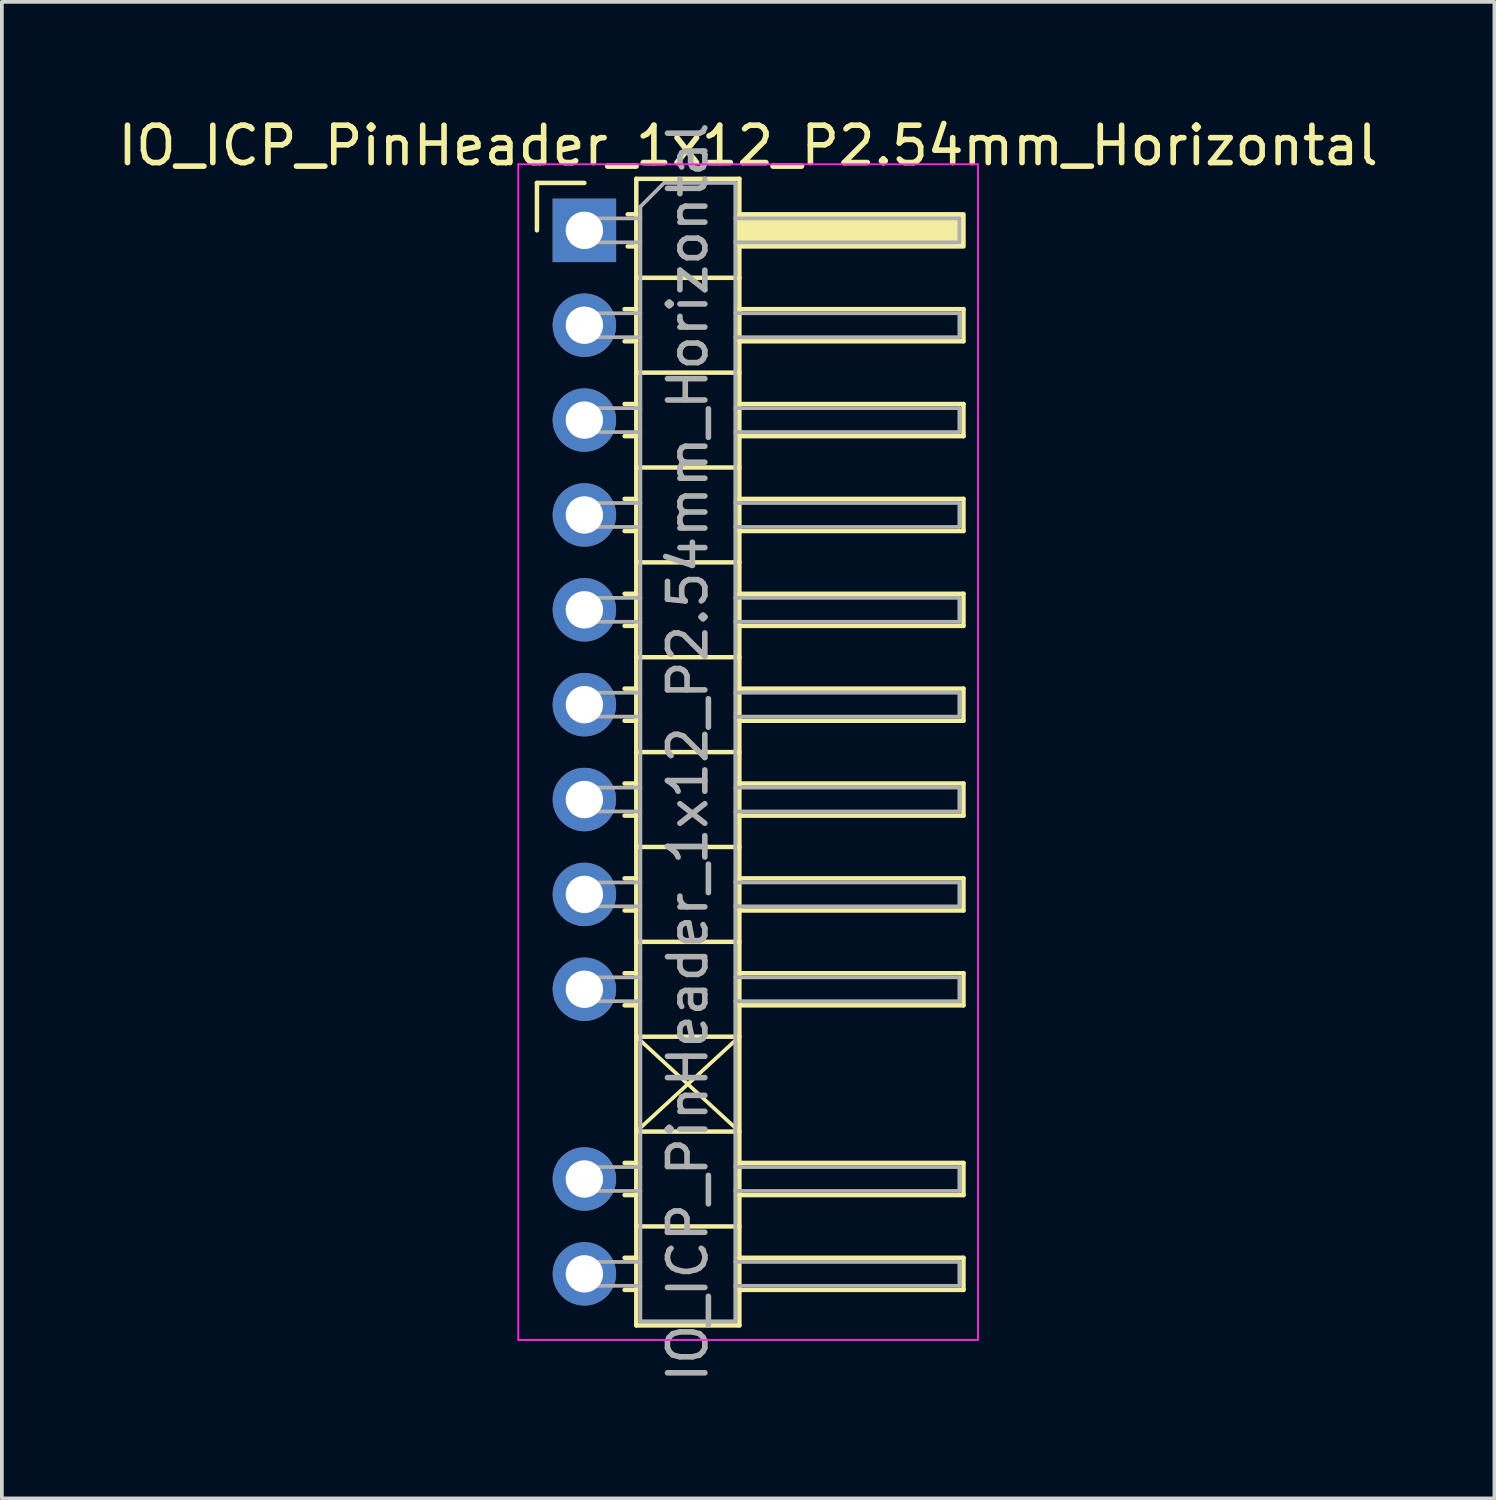
<source format=kicad_pcb>
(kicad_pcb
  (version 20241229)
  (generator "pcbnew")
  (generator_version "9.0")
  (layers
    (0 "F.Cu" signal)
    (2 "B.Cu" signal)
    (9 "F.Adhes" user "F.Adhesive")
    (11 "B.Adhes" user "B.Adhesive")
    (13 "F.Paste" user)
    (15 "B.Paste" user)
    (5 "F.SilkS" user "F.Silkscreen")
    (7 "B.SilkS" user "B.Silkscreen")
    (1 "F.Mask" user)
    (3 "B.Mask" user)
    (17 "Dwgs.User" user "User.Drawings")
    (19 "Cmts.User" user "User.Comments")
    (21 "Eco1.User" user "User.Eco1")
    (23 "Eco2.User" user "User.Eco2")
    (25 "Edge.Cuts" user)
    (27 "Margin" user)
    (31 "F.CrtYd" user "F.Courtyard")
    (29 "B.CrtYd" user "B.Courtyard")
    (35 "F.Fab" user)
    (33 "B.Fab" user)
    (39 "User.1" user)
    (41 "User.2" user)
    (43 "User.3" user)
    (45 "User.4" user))
  (footprint "IO_ICP_PinHeader_1x12_P2.54mm_Horizontal"
    (layer "F.Cu")
    (at 12.597 3.118)
    (property "Reference" "IO_ICP_PinHeader_1x12_P2.54mm_Horizontal" (at 4.385 -2.27 0) (layer "F.SilkS") (effects (font (size 1 1) (thickness 0.15))))
    (attr through_hole)
    (fp_line (start -1.27 -1.27) (end 0 -1.27) (stroke (width 0.12) (type solid)) (layer "F.SilkS"))
    (fp_line (start -1.27 0) (end -1.27 -1.27) (stroke (width 0.12) (type solid)) (layer "F.SilkS"))
    (fp_line (start 1.077 2.11) (end 1.39 2.11) (stroke (width 0.12) (type solid)) (layer "F.SilkS"))
    (fp_line (start 1.077 2.97) (end 1.39 2.97) (stroke (width 0.12) (type solid)) (layer "F.SilkS"))
    (fp_line (start 1.077 4.65) (end 1.39 4.65) (stroke (width 0.12) (type solid)) (layer "F.SilkS"))
    (fp_line (start 1.077 5.51) (end 1.39 5.51) (stroke (width 0.12) (type solid)) (layer "F.SilkS"))
    (fp_line (start 1.077 7.19) (end 1.39 7.19) (stroke (width 0.12) (type solid)) (layer "F.SilkS"))
    (fp_line (start 1.077 8.05) (end 1.39 8.05) (stroke (width 0.12) (type solid)) (layer "F.SilkS"))
    (fp_line (start 1.077 9.73) (end 1.39 9.73) (stroke (width 0.12) (type solid)) (layer "F.SilkS"))
    (fp_line (start 1.077 10.59) (end 1.39 10.59) (stroke (width 0.12) (type solid)) (layer "F.SilkS"))
    (fp_line (start 1.077 12.27) (end 1.39 12.27) (stroke (width 0.12) (type solid)) (layer "F.SilkS"))
    (fp_line (start 1.077 13.13) (end 1.39 13.13) (stroke (width 0.12) (type solid)) (layer "F.SilkS"))
    (fp_line (start 1.077 14.81) (end 1.39 14.81) (stroke (width 0.12) (type solid)) (layer "F.SilkS"))
    (fp_line (start 1.077 15.67) (end 1.39 15.67) (stroke (width 0.12) (type solid)) (layer "F.SilkS"))
    (fp_line (start 1.077 17.35) (end 1.39 17.35) (stroke (width 0.12) (type solid)) (layer "F.SilkS"))
    (fp_line (start 1.077 18.21) (end 1.39 18.21) (stroke (width 0.12) (type solid)) (layer "F.SilkS"))
    (fp_line (start 1.077 19.89) (end 1.39 19.89) (stroke (width 0.12) (type solid)) (layer "F.SilkS"))
    (fp_line (start 1.077 20.75) (end 1.39 20.75) (stroke (width 0.12) (type solid)) (layer "F.SilkS"))
    (fp_line (start 1.077 24.97) (end 1.39 24.97) (stroke (width 0.12) (type solid)) (layer "F.SilkS"))
    (fp_line (start 1.077 25.83) (end 1.39 25.83) (stroke (width 0.12) (type solid)) (layer "F.SilkS"))
    (fp_line (start 1.077 27.51) (end 1.39 27.51) (stroke (width 0.12) (type solid)) (layer "F.SilkS"))
    (fp_line (start 1.077 28.37) (end 1.39 28.37) (stroke (width 0.12) (type solid)) (layer "F.SilkS"))
    (fp_line (start 1.16 -0.43) (end 1.39 -0.43) (stroke (width 0.12) (type solid)) (layer "F.SilkS"))
    (fp_line (start 1.16 0.43) (end 1.39 0.43) (stroke (width 0.12) (type solid)) (layer "F.SilkS"))
    (fp_line (start 1.39 -1.38) (end 1.39 29.32) (stroke (width 0.12) (type solid)) (layer "F.SilkS"))
    (fp_line (start 1.39 1.27) (end 4.15 1.27) (stroke (width 0.12) (type solid)) (layer "F.SilkS"))
    (fp_line (start 1.39 3.81) (end 4.15 3.81) (stroke (width 0.12) (type solid)) (layer "F.SilkS"))
    (fp_line (start 1.39 6.35) (end 4.15 6.35) (stroke (width 0.12) (type solid)) (layer "F.SilkS"))
    (fp_line (start 1.39 8.89) (end 4.15 8.89) (stroke (width 0.12) (type solid)) (layer "F.SilkS"))
    (fp_line (start 1.39 11.43) (end 4.15 11.43) (stroke (width 0.12) (type solid)) (layer "F.SilkS"))
    (fp_line (start 1.39 13.97) (end 4.15 13.97) (stroke (width 0.12) (type solid)) (layer "F.SilkS"))
    (fp_line (start 1.39 16.51) (end 4.15 16.51) (stroke (width 0.12) (type solid)) (layer "F.SilkS"))
    (fp_line (start 1.39 19.05) (end 4.15 19.05) (stroke (width 0.12) (type solid)) (layer "F.SilkS"))
    (fp_line (start 1.39 21.59) (end 4.15 21.59) (stroke (width 0.12) (type solid)) (layer "F.SilkS"))
    (fp_line (start 1.39 21.59) (end 4.15 24.13) (stroke (width 0.1) (type default)) (layer "F.SilkS"))
    (fp_line (start 1.39 24.13) (end 4.15 24.13) (stroke (width 0.12) (type solid)) (layer "F.SilkS"))
    (fp_line (start 1.39 26.67) (end 4.15 26.67) (stroke (width 0.12) (type solid)) (layer "F.SilkS"))
    (fp_line (start 1.39 29.32) (end 4.15 29.32) (stroke (width 0.12) (type solid)) (layer "F.SilkS"))
    (fp_line (start 4.15 -1.38) (end 1.39 -1.38) (stroke (width 0.12) (type solid)) (layer "F.SilkS"))
    (fp_line (start 4.15 2.11) (end 10.15 2.11) (stroke (width 0.12) (type solid)) (layer "F.SilkS"))
    (fp_line (start 4.15 4.65) (end 10.15 4.65) (stroke (width 0.12) (type solid)) (layer "F.SilkS"))
    (fp_line (start 4.15 7.19) (end 10.15 7.19) (stroke (width 0.12) (type solid)) (layer "F.SilkS"))
    (fp_line (start 4.15 9.73) (end 10.15 9.73) (stroke (width 0.12) (type solid)) (layer "F.SilkS"))
    (fp_line (start 4.15 12.27) (end 10.15 12.27) (stroke (width 0.12) (type solid)) (layer "F.SilkS"))
    (fp_line (start 4.15 14.81) (end 10.15 14.81) (stroke (width 0.12) (type solid)) (layer "F.SilkS"))
    (fp_line (start 4.15 17.35) (end 10.15 17.35) (stroke (width 0.12) (type solid)) (layer "F.SilkS"))
    (fp_line (start 4.15 19.89) (end 10.15 19.89) (stroke (width 0.12) (type solid)) (layer "F.SilkS"))
    (fp_line (start 4.15 21.59) (end 1.39 24.13) (stroke (width 0.1) (type default)) (layer "F.SilkS"))
    (fp_line (start 4.15 24.97) (end 10.15 24.97) (stroke (width 0.12) (type solid)) (layer "F.SilkS"))
    (fp_line (start 4.15 27.51) (end 10.15 27.51) (stroke (width 0.12) (type solid)) (layer "F.SilkS"))
    (fp_line (start 4.15 29.32) (end 4.15 -1.38) (stroke (width 0.12) (type solid)) (layer "F.SilkS"))
    (fp_line (start 10.15 2.11) (end 10.15 2.97) (stroke (width 0.12) (type solid)) (layer "F.SilkS"))
    (fp_line (start 10.15 2.97) (end 4.15 2.97) (stroke (width 0.12) (type solid)) (layer "F.SilkS"))
    (fp_line (start 10.15 4.65) (end 10.15 5.51) (stroke (width 0.12) (type solid)) (layer "F.SilkS"))
    (fp_line (start 10.15 5.51) (end 4.15 5.51) (stroke (width 0.12) (type solid)) (layer "F.SilkS"))
    (fp_line (start 10.15 7.19) (end 10.15 8.05) (stroke (width 0.12) (type solid)) (layer "F.SilkS"))
    (fp_line (start 10.15 8.05) (end 4.15 8.05) (stroke (width 0.12) (type solid)) (layer "F.SilkS"))
    (fp_line (start 10.15 9.73) (end 10.15 10.59) (stroke (width 0.12) (type solid)) (layer "F.SilkS"))
    (fp_line (start 10.15 10.59) (end 4.15 10.59) (stroke (width 0.12) (type solid)) (layer "F.SilkS"))
    (fp_line (start 10.15 12.27) (end 10.15 13.13) (stroke (width 0.12) (type solid)) (layer "F.SilkS"))
    (fp_line (start 10.15 13.13) (end 4.15 13.13) (stroke (width 0.12) (type solid)) (layer "F.SilkS"))
    (fp_line (start 10.15 14.81) (end 10.15 15.67) (stroke (width 0.12) (type solid)) (layer "F.SilkS"))
    (fp_line (start 10.15 15.67) (end 4.15 15.67) (stroke (width 0.12) (type solid)) (layer "F.SilkS"))
    (fp_line (start 10.15 17.35) (end 10.15 18.21) (stroke (width 0.12) (type solid)) (layer "F.SilkS"))
    (fp_line (start 10.15 18.21) (end 4.15 18.21) (stroke (width 0.12) (type solid)) (layer "F.SilkS"))
    (fp_line (start 10.15 19.89) (end 10.15 20.75) (stroke (width 0.12) (type solid)) (layer "F.SilkS"))
    (fp_line (start 10.15 20.75) (end 4.15 20.75) (stroke (width 0.12) (type solid)) (layer "F.SilkS"))
    (fp_line (start 10.15 24.97) (end 10.15 25.83) (stroke (width 0.12) (type solid)) (layer "F.SilkS"))
    (fp_line (start 10.15 25.83) (end 4.15 25.83) (stroke (width 0.12) (type solid)) (layer "F.SilkS"))
    (fp_line (start 10.15 27.51) (end 10.15 28.37) (stroke (width 0.12) (type solid)) (layer "F.SilkS"))
    (fp_line (start 10.15 28.37) (end 4.15 28.37) (stroke (width 0.12) (type solid)) (layer "F.SilkS"))
    (fp_rect (start 4.15 -0.43) (end 10.15 0.43) (stroke (width 0.12) (type solid)) (fill yes) (layer "F.SilkS"))
    (fp_line (start -1.77 -1.77) (end -1.77 29.71) (stroke (width 0.05) (type solid)) (layer "F.CrtYd"))
    (fp_line (start -1.77 29.71) (end 10.54 29.71) (stroke (width 0.05) (type solid)) (layer "F.CrtYd"))
    (fp_line (start 10.54 -1.77) (end -1.77 -1.77) (stroke (width 0.05) (type solid)) (layer "F.CrtYd"))
    (fp_line (start 10.54 29.71) (end 10.54 -1.77) (stroke (width 0.05) (type solid)) (layer "F.CrtYd"))
    (fp_line (start -0.32 -0.32) (end -0.32 0.32) (stroke (width 0.1) (type solid)) (layer "F.Fab"))
    (fp_line (start -0.32 -0.32) (end 1.5 -0.32) (stroke (width 0.1) (type solid)) (layer "F.Fab"))
    (fp_line (start -0.32 0.32) (end 1.5 0.32) (stroke (width 0.1) (type solid)) (layer "F.Fab"))
    (fp_line (start -0.32 2.22) (end -0.32 2.86) (stroke (width 0.1) (type solid)) (layer "F.Fab"))
    (fp_line (start -0.32 2.22) (end 1.5 2.22) (stroke (width 0.1) (type solid)) (layer "F.Fab"))
    (fp_line (start -0.32 2.86) (end 1.5 2.86) (stroke (width 0.1) (type solid)) (layer "F.Fab"))
    (fp_line (start -0.32 4.76) (end -0.32 5.4) (stroke (width 0.1) (type solid)) (layer "F.Fab"))
    (fp_line (start -0.32 4.76) (end 1.5 4.76) (stroke (width 0.1) (type solid)) (layer "F.Fab"))
    (fp_line (start -0.32 5.4) (end 1.5 5.4) (stroke (width 0.1) (type solid)) (layer "F.Fab"))
    (fp_line (start -0.32 7.3) (end -0.32 7.94) (stroke (width 0.1) (type solid)) (layer "F.Fab"))
    (fp_line (start -0.32 7.3) (end 1.5 7.3) (stroke (width 0.1) (type solid)) (layer "F.Fab"))
    (fp_line (start -0.32 7.94) (end 1.5 7.94) (stroke (width 0.1) (type solid)) (layer "F.Fab"))
    (fp_line (start -0.32 9.84) (end -0.32 10.48) (stroke (width 0.1) (type solid)) (layer "F.Fab"))
    (fp_line (start -0.32 9.84) (end 1.5 9.84) (stroke (width 0.1) (type solid)) (layer "F.Fab"))
    (fp_line (start -0.32 10.48) (end 1.5 10.48) (stroke (width 0.1) (type solid)) (layer "F.Fab"))
    (fp_line (start -0.32 12.38) (end -0.32 13.02) (stroke (width 0.1) (type solid)) (layer "F.Fab"))
    (fp_line (start -0.32 12.38) (end 1.5 12.38) (stroke (width 0.1) (type solid)) (layer "F.Fab"))
    (fp_line (start -0.32 13.02) (end 1.5 13.02) (stroke (width 0.1) (type solid)) (layer "F.Fab"))
    (fp_line (start -0.32 14.92) (end -0.32 15.56) (stroke (width 0.1) (type solid)) (layer "F.Fab"))
    (fp_line (start -0.32 14.92) (end 1.5 14.92) (stroke (width 0.1) (type solid)) (layer "F.Fab"))
    (fp_line (start -0.32 15.56) (end 1.5 15.56) (stroke (width 0.1) (type solid)) (layer "F.Fab"))
    (fp_line (start -0.32 17.46) (end -0.32 18.1) (stroke (width 0.1) (type solid)) (layer "F.Fab"))
    (fp_line (start -0.32 17.46) (end 1.5 17.46) (stroke (width 0.1) (type solid)) (layer "F.Fab"))
    (fp_line (start -0.32 18.1) (end 1.5 18.1) (stroke (width 0.1) (type solid)) (layer "F.Fab"))
    (fp_line (start -0.32 20) (end -0.32 20.64) (stroke (width 0.1) (type solid)) (layer "F.Fab"))
    (fp_line (start -0.32 20) (end 1.5 20) (stroke (width 0.1) (type solid)) (layer "F.Fab"))
    (fp_line (start -0.32 20.64) (end 1.5 20.64) (stroke (width 0.1) (type solid)) (layer "F.Fab"))
    (fp_line (start -0.32 25.08) (end -0.32 25.72) (stroke (width 0.1) (type solid)) (layer "F.Fab"))
    (fp_line (start -0.32 25.08) (end 1.5 25.08) (stroke (width 0.1) (type solid)) (layer "F.Fab"))
    (fp_line (start -0.32 25.72) (end 1.5 25.72) (stroke (width 0.1) (type solid)) (layer "F.Fab"))
    (fp_line (start -0.32 27.62) (end -0.32 28.26) (stroke (width 0.1) (type solid)) (layer "F.Fab"))
    (fp_line (start -0.32 27.62) (end 1.5 27.62) (stroke (width 0.1) (type solid)) (layer "F.Fab"))
    (fp_line (start -0.32 28.26) (end 1.5 28.26) (stroke (width 0.1) (type solid)) (layer "F.Fab"))
    (fp_line (start 1.5 -0.635) (end 2.135 -1.27) (stroke (width 0.1) (type solid)) (layer "F.Fab"))
    (fp_line (start 1.5 29.21) (end 1.5 -0.635) (stroke (width 0.1) (type solid)) (layer "F.Fab"))
    (fp_line (start 2.135 -1.27) (end 4.04 -1.27) (stroke (width 0.1) (type solid)) (layer "F.Fab"))
    (fp_line (start 4.04 -1.27) (end 4.04 29.21) (stroke (width 0.1) (type solid)) (layer "F.Fab"))
    (fp_line (start 4.04 -0.32) (end 10.04 -0.32) (stroke (width 0.1) (type solid)) (layer "F.Fab"))
    (fp_line (start 4.04 0.32) (end 10.04 0.32) (stroke (width 0.1) (type solid)) (layer "F.Fab"))
    (fp_line (start 4.04 2.22) (end 10.04 2.22) (stroke (width 0.1) (type solid)) (layer "F.Fab"))
    (fp_line (start 4.04 2.86) (end 10.04 2.86) (stroke (width 0.1) (type solid)) (layer "F.Fab"))
    (fp_line (start 4.04 4.76) (end 10.04 4.76) (stroke (width 0.1) (type solid)) (layer "F.Fab"))
    (fp_line (start 4.04 5.4) (end 10.04 5.4) (stroke (width 0.1) (type solid)) (layer "F.Fab"))
    (fp_line (start 4.04 7.3) (end 10.04 7.3) (stroke (width 0.1) (type solid)) (layer "F.Fab"))
    (fp_line (start 4.04 7.94) (end 10.04 7.94) (stroke (width 0.1) (type solid)) (layer "F.Fab"))
    (fp_line (start 4.04 9.84) (end 10.04 9.84) (stroke (width 0.1) (type solid)) (layer "F.Fab"))
    (fp_line (start 4.04 10.48) (end 10.04 10.48) (stroke (width 0.1) (type solid)) (layer "F.Fab"))
    (fp_line (start 4.04 12.38) (end 10.04 12.38) (stroke (width 0.1) (type solid)) (layer "F.Fab"))
    (fp_line (start 4.04 13.02) (end 10.04 13.02) (stroke (width 0.1) (type solid)) (layer "F.Fab"))
    (fp_line (start 4.04 14.92) (end 10.04 14.92) (stroke (width 0.1) (type solid)) (layer "F.Fab"))
    (fp_line (start 4.04 15.56) (end 10.04 15.56) (stroke (width 0.1) (type solid)) (layer "F.Fab"))
    (fp_line (start 4.04 17.46) (end 10.04 17.46) (stroke (width 0.1) (type solid)) (layer "F.Fab"))
    (fp_line (start 4.04 18.1) (end 10.04 18.1) (stroke (width 0.1) (type solid)) (layer "F.Fab"))
    (fp_line (start 4.04 20) (end 10.04 20) (stroke (width 0.1) (type solid)) (layer "F.Fab"))
    (fp_line (start 4.04 20.64) (end 10.04 20.64) (stroke (width 0.1) (type solid)) (layer "F.Fab"))
    (fp_line (start 4.04 25.08) (end 10.04 25.08) (stroke (width 0.1) (type solid)) (layer "F.Fab"))
    (fp_line (start 4.04 25.72) (end 10.04 25.72) (stroke (width 0.1) (type solid)) (layer "F.Fab"))
    (fp_line (start 4.04 27.62) (end 10.04 27.62) (stroke (width 0.1) (type solid)) (layer "F.Fab"))
    (fp_line (start 4.04 28.26) (end 10.04 28.26) (stroke (width 0.1) (type solid)) (layer "F.Fab"))
    (fp_line (start 4.04 29.21) (end 1.5 29.21) (stroke (width 0.1) (type solid)) (layer "F.Fab"))
    (fp_line (start 10.04 -0.32) (end 10.04 0.32) (stroke (width 0.1) (type solid)) (layer "F.Fab"))
    (fp_line (start 10.04 2.22) (end 10.04 2.86) (stroke (width 0.1) (type solid)) (layer "F.Fab"))
    (fp_line (start 10.04 4.76) (end 10.04 5.4) (stroke (width 0.1) (type solid)) (layer "F.Fab"))
    (fp_line (start 10.04 7.3) (end 10.04 7.94) (stroke (width 0.1) (type solid)) (layer "F.Fab"))
    (fp_line (start 10.04 9.84) (end 10.04 10.48) (stroke (width 0.1) (type solid)) (layer "F.Fab"))
    (fp_line (start 10.04 12.38) (end 10.04 13.02) (stroke (width 0.1) (type solid)) (layer "F.Fab"))
    (fp_line (start 10.04 14.92) (end 10.04 15.56) (stroke (width 0.1) (type solid)) (layer "F.Fab"))
    (fp_line (start 10.04 17.46) (end 10.04 18.1) (stroke (width 0.1) (type solid)) (layer "F.Fab"))
    (fp_line (start 10.04 20) (end 10.04 20.64) (stroke (width 0.1) (type solid)) (layer "F.Fab"))
    (fp_line (start 10.04 25.08) (end 10.04 25.72) (stroke (width 0.1) (type solid)) (layer "F.Fab"))
    (fp_line (start 10.04 27.62) (end 10.04 28.26) (stroke (width 0.1) (type solid)) (layer "F.Fab"))
    (fp_text user "${REFERENCE}" (at 2.77 13.97 90) (layer "F.Fab") (effects (font (size 1 1) (thickness 0.15))))
    (pad "1" thru_hole rect (at 0 0) (size 1.7 1.7) (drill 1) (layers "*.Cu" "*.Mask"))
    (pad "2" thru_hole circle (at 0 2.54) (size 1.7 1.7) (drill 1) (layers "*.Cu" "*.Mask"))
    (pad "3" thru_hole circle (at 0 5.08) (size 1.7 1.7) (drill 1) (layers "*.Cu" "*.Mask"))
    (pad "4" thru_hole circle (at 0 7.62) (size 1.7 1.7) (drill 1) (layers "*.Cu" "*.Mask"))
    (pad "5" thru_hole circle (at 0 10.16) (size 1.7 1.7) (drill 1) (layers "*.Cu" "*.Mask"))
    (pad "6" thru_hole circle (at 0 12.7) (size 1.7 1.7) (drill 1) (layers "*.Cu" "*.Mask"))
    (pad "7" thru_hole circle (at 0 15.24) (size 1.7 1.7) (drill 1) (layers "*.Cu" "*.Mask"))
    (pad "8" thru_hole circle (at 0 17.78) (size 1.7 1.7) (drill 1) (layers "*.Cu" "*.Mask"))
    (pad "9" thru_hole circle (at 0 20.32) (size 1.7 1.7) (drill 1) (layers "*.Cu" "*.Mask"))
    (pad "11" thru_hole circle (at 0 25.4) (size 1.7 1.7) (drill 1) (layers "*.Cu" "*.Mask"))
    (pad "12" thru_hole circle (at 0 27.94) (size 1.7 1.7) (drill 1) (layers "*.Cu" "*.Mask")))
  (gr_rect
    (start -3 -3)
    (end 36.964 37.07)
    (stroke (width 0.1) (type default))
    (fill no)
    (layer "Edge.Cuts")))
</source>
